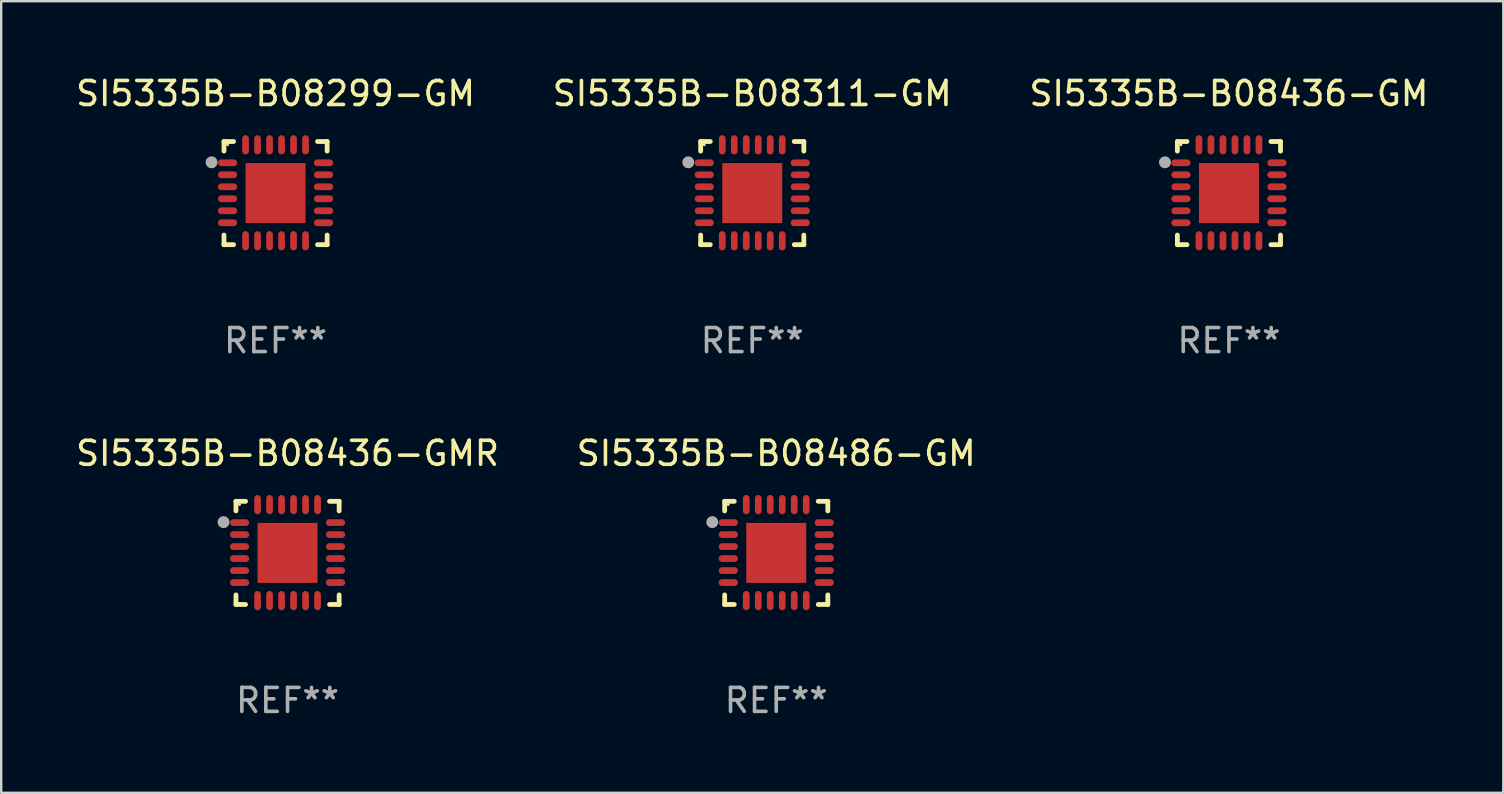
<source format=kicad_pcb>
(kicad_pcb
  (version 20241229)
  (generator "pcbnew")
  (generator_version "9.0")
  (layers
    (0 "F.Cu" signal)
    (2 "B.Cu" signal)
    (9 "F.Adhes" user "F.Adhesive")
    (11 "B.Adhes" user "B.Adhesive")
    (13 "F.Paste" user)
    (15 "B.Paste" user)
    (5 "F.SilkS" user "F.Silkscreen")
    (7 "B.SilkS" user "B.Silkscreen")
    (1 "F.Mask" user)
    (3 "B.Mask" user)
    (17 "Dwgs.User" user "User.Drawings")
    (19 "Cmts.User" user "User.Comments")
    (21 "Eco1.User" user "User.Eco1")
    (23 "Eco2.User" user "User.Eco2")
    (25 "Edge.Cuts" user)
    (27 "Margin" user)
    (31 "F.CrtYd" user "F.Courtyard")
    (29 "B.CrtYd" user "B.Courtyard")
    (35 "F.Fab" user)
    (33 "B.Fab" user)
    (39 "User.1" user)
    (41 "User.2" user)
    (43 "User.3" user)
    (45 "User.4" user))
  (footprint "SI5335B-B08486-GM"
    (layer "F.Cu")
    (at 29.304 19.995)
    (property "Reference" "SI5335B-B08486-GM" (at 0 -4.15 0) (layer "F.SilkS") (effects (font (size 1 1) (thickness 0.15))))
    (attr through_hole)
    (fp_line (start -2.15 -2.15) (end -1.75 -2.15) (stroke (width 0.2) (type solid)) (layer "F.SilkS"))
    (fp_line (start -2.15 -1.75) (end -2.15 -2.15) (stroke (width 0.2) (type solid)) (layer "F.SilkS"))
    (fp_line (start -2.15 2.15) (end -2.15 1.75) (stroke (width 0.2) (type solid)) (layer "F.SilkS"))
    (fp_line (start -1.75 2.15) (end -2.15 2.15) (stroke (width 0.2) (type solid)) (layer "F.SilkS"))
    (fp_line (start 1.75 -2.15) (end 2.15 -2.15) (stroke (width 0.2) (type solid)) (layer "F.SilkS"))
    (fp_line (start 1.75 2.15) (end 2.15 2.15) (stroke (width 0.2) (type solid)) (layer "F.SilkS"))
    (fp_line (start 2.15 -2.15) (end 2.15 -1.75) (stroke (width 0.2) (type solid)) (layer "F.SilkS"))
    (fp_line (start 2.15 2.15) (end 2.15 1.75) (stroke (width 0.2) (type solid)) (layer "F.SilkS"))
    (fp_circle (center -2 -2.013) (end -1.97 -2.013) (stroke (width 0.06) (type solid)) (fill no) (layer "F.SilkS"))
    (fp_circle (center -2.667 -1.283) (end -2.542 -1.283) (stroke (width 0.25) (type solid)) (fill no) (layer "F.Fab"))
    (fp_text user "REF**" (at 0 6.15 0) (layer "F.Fab") (effects (font (size 1 1) (thickness 0.15))))
    (pad "1" smd oval (at -2 -1.263) (size 0.8 0.28) (layers "F.Cu" "F.Mask" "F.Paste"))
    (pad "2" smd oval (at -2 -0.763) (size 0.8 0.28) (layers "F.Cu" "F.Mask" "F.Paste"))
    (pad "3" smd oval (at -2 -0.263) (size 0.8 0.28) (layers "F.Cu" "F.Mask" "F.Paste"))
    (pad "4" smd oval (at -2 0.237) (size 0.8 0.28) (layers "F.Cu" "F.Mask" "F.Paste"))
    (pad "5" smd oval (at -2 0.737) (size 0.8 0.28) (layers "F.Cu" "F.Mask" "F.Paste"))
    (pad "6" smd oval (at -2 1.237) (size 0.8 0.28) (layers "F.Cu" "F.Mask" "F.Paste"))
    (pad "7" smd oval (at -1.25 1.987) (size 0.28 0.8) (layers "F.Cu" "F.Mask" "F.Paste"))
    (pad "8" smd oval (at -0.75 1.987) (size 0.28 0.8) (layers "F.Cu" "F.Mask" "F.Paste"))
    (pad "9" smd oval (at -0.25 1.987) (size 0.28 0.8) (layers "F.Cu" "F.Mask" "F.Paste"))
    (pad "10" smd oval (at 0.25 1.987) (size 0.28 0.8) (layers "F.Cu" "F.Mask" "F.Paste"))
    (pad "11" smd oval (at 0.75 1.987) (size 0.28 0.8) (layers "F.Cu" "F.Mask" "F.Paste"))
    (pad "12" smd oval (at 1.25 1.987) (size 0.28 0.8) (layers "F.Cu" "F.Mask" "F.Paste"))
    (pad "13" smd oval (at 2 1.237) (size 0.8 0.28) (layers "F.Cu" "F.Mask" "F.Paste"))
    (pad "14" smd oval (at 2 0.737) (size 0.8 0.28) (layers "F.Cu" "F.Mask" "F.Paste"))
    (pad "15" smd oval (at 2 0.237) (size 0.8 0.28) (layers "F.Cu" "F.Mask" "F.Paste"))
    (pad "16" smd oval (at 2 -0.263) (size 0.8 0.28) (layers "F.Cu" "F.Mask" "F.Paste"))
    (pad "17" smd oval (at 2 -0.763) (size 0.8 0.28) (layers "F.Cu" "F.Mask" "F.Paste"))
    (pad "18" smd oval (at 2 -1.263) (size 0.8 0.28) (layers "F.Cu" "F.Mask" "F.Paste"))
    (pad "19" smd oval (at 1.25 -2.013) (size 0.28 0.8) (layers "F.Cu" "F.Mask" "F.Paste"))
    (pad "20" smd oval (at 0.75 -2.013) (size 0.28 0.8) (layers "F.Cu" "F.Mask" "F.Paste"))
    (pad "21" smd oval (at 0.25 -2.013) (size 0.28 0.8) (layers "F.Cu" "F.Mask" "F.Paste"))
    (pad "22" smd oval (at -0.25 -2.013) (size 0.28 0.8) (layers "F.Cu" "F.Mask" "F.Paste"))
    (pad "23" smd oval (at -0.75 -2.013) (size 0.28 0.8) (layers "F.Cu" "F.Mask" "F.Paste"))
    (pad "24" smd oval (at -1.25 -2.013) (size 0.28 0.8) (layers "F.Cu" "F.Mask" "F.Paste"))
    (pad "25" smd rect (at -0.000127 -0.00014) (size 2.5 2.5) (layers "F.Cu" "F.Mask" "F.Paste")))
  (footprint "SI5335B-B08436-GM"
    (layer "F.Cu")
    (at 48.173 4.998)
    (property "Reference" "SI5335B-B08436-GM" (at 0 -4.15 0) (layer "F.SilkS") (effects (font (size 1 1) (thickness 0.15))))
    (attr through_hole)
    (fp_line (start -2.15 -2.15) (end -1.75 -2.15) (stroke (width 0.2) (type solid)) (layer "F.SilkS"))
    (fp_line (start -2.15 -1.75) (end -2.15 -2.15) (stroke (width 0.2) (type solid)) (layer "F.SilkS"))
    (fp_line (start -2.15 2.15) (end -2.15 1.75) (stroke (width 0.2) (type solid)) (layer "F.SilkS"))
    (fp_line (start -1.75 2.15) (end -2.15 2.15) (stroke (width 0.2) (type solid)) (layer "F.SilkS"))
    (fp_line (start 1.75 -2.15) (end 2.15 -2.15) (stroke (width 0.2) (type solid)) (layer "F.SilkS"))
    (fp_line (start 1.75 2.15) (end 2.15 2.15) (stroke (width 0.2) (type solid)) (layer "F.SilkS"))
    (fp_line (start 2.15 -2.15) (end 2.15 -1.75) (stroke (width 0.2) (type solid)) (layer "F.SilkS"))
    (fp_line (start 2.15 2.15) (end 2.15 1.75) (stroke (width 0.2) (type solid)) (layer "F.SilkS"))
    (fp_circle (center -2 -2.013) (end -1.97 -2.013) (stroke (width 0.06) (type solid)) (fill no) (layer "F.SilkS"))
    (fp_circle (center -2.667 -1.283) (end -2.542 -1.283) (stroke (width 0.25) (type solid)) (fill no) (layer "F.Fab"))
    (fp_text user "REF**" (at 0 6.15 0) (layer "F.Fab") (effects (font (size 1 1) (thickness 0.15))))
    (pad "1" smd oval (at -2 -1.263) (size 0.8 0.28) (layers "F.Cu" "F.Mask" "F.Paste"))
    (pad "2" smd oval (at -2 -0.763) (size 0.8 0.28) (layers "F.Cu" "F.Mask" "F.Paste"))
    (pad "3" smd oval (at -2 -0.263) (size 0.8 0.28) (layers "F.Cu" "F.Mask" "F.Paste"))
    (pad "4" smd oval (at -2 0.237) (size 0.8 0.28) (layers "F.Cu" "F.Mask" "F.Paste"))
    (pad "5" smd oval (at -2 0.737) (size 0.8 0.28) (layers "F.Cu" "F.Mask" "F.Paste"))
    (pad "6" smd oval (at -2 1.237) (size 0.8 0.28) (layers "F.Cu" "F.Mask" "F.Paste"))
    (pad "7" smd oval (at -1.25 1.987) (size 0.28 0.8) (layers "F.Cu" "F.Mask" "F.Paste"))
    (pad "8" smd oval (at -0.75 1.987) (size 0.28 0.8) (layers "F.Cu" "F.Mask" "F.Paste"))
    (pad "9" smd oval (at -0.25 1.987) (size 0.28 0.8) (layers "F.Cu" "F.Mask" "F.Paste"))
    (pad "10" smd oval (at 0.25 1.987) (size 0.28 0.8) (layers "F.Cu" "F.Mask" "F.Paste"))
    (pad "11" smd oval (at 0.75 1.987) (size 0.28 0.8) (layers "F.Cu" "F.Mask" "F.Paste"))
    (pad "12" smd oval (at 1.25 1.987) (size 0.28 0.8) (layers "F.Cu" "F.Mask" "F.Paste"))
    (pad "13" smd oval (at 2 1.237) (size 0.8 0.28) (layers "F.Cu" "F.Mask" "F.Paste"))
    (pad "14" smd oval (at 2 0.737) (size 0.8 0.28) (layers "F.Cu" "F.Mask" "F.Paste"))
    (pad "15" smd oval (at 2 0.237) (size 0.8 0.28) (layers "F.Cu" "F.Mask" "F.Paste"))
    (pad "16" smd oval (at 2 -0.263) (size 0.8 0.28) (layers "F.Cu" "F.Mask" "F.Paste"))
    (pad "17" smd oval (at 2 -0.763) (size 0.8 0.28) (layers "F.Cu" "F.Mask" "F.Paste"))
    (pad "18" smd oval (at 2 -1.263) (size 0.8 0.28) (layers "F.Cu" "F.Mask" "F.Paste"))
    (pad "19" smd oval (at 1.25 -2.013) (size 0.28 0.8) (layers "F.Cu" "F.Mask" "F.Paste"))
    (pad "20" smd oval (at 0.75 -2.013) (size 0.28 0.8) (layers "F.Cu" "F.Mask" "F.Paste"))
    (pad "21" smd oval (at 0.25 -2.013) (size 0.28 0.8) (layers "F.Cu" "F.Mask" "F.Paste"))
    (pad "22" smd oval (at -0.25 -2.013) (size 0.28 0.8) (layers "F.Cu" "F.Mask" "F.Paste"))
    (pad "23" smd oval (at -0.75 -2.013) (size 0.28 0.8) (layers "F.Cu" "F.Mask" "F.Paste"))
    (pad "24" smd oval (at -1.25 -2.013) (size 0.28 0.8) (layers "F.Cu" "F.Mask" "F.Paste"))
    (pad "25" smd rect (at -0.000127 -0.00014) (size 2.5 2.5) (layers "F.Cu" "F.Mask" "F.Paste")))
  (footprint "SI5335B-B08299-GM"
    (layer "F.Cu")
    (at 8.435 4.998)
    (property "Reference" "SI5335B-B08299-GM" (at 0 -4.15 0) (layer "F.SilkS") (effects (font (size 1 1) (thickness 0.15))))
    (attr through_hole)
    (fp_line (start -2.15 -2.15) (end -1.75 -2.15) (stroke (width 0.2) (type solid)) (layer "F.SilkS"))
    (fp_line (start -2.15 -1.75) (end -2.15 -2.15) (stroke (width 0.2) (type solid)) (layer "F.SilkS"))
    (fp_line (start -2.15 2.15) (end -2.15 1.75) (stroke (width 0.2) (type solid)) (layer "F.SilkS"))
    (fp_line (start -1.75 2.15) (end -2.15 2.15) (stroke (width 0.2) (type solid)) (layer "F.SilkS"))
    (fp_line (start 1.75 -2.15) (end 2.15 -2.15) (stroke (width 0.2) (type solid)) (layer "F.SilkS"))
    (fp_line (start 1.75 2.15) (end 2.15 2.15) (stroke (width 0.2) (type solid)) (layer "F.SilkS"))
    (fp_line (start 2.15 -2.15) (end 2.15 -1.75) (stroke (width 0.2) (type solid)) (layer "F.SilkS"))
    (fp_line (start 2.15 2.15) (end 2.15 1.75) (stroke (width 0.2) (type solid)) (layer "F.SilkS"))
    (fp_circle (center -2 -2.013) (end -1.97 -2.013) (stroke (width 0.06) (type solid)) (fill no) (layer "F.SilkS"))
    (fp_circle (center -2.667 -1.283) (end -2.542 -1.283) (stroke (width 0.25) (type solid)) (fill no) (layer "F.Fab"))
    (fp_text user "REF**" (at 0 6.15 0) (layer "F.Fab") (effects (font (size 1 1) (thickness 0.15))))
    (pad "1" smd oval (at -2 -1.263) (size 0.8 0.28) (layers "F.Cu" "F.Mask" "F.Paste"))
    (pad "2" smd oval (at -2 -0.763) (size 0.8 0.28) (layers "F.Cu" "F.Mask" "F.Paste"))
    (pad "3" smd oval (at -2 -0.263) (size 0.8 0.28) (layers "F.Cu" "F.Mask" "F.Paste"))
    (pad "4" smd oval (at -2 0.237) (size 0.8 0.28) (layers "F.Cu" "F.Mask" "F.Paste"))
    (pad "5" smd oval (at -2 0.737) (size 0.8 0.28) (layers "F.Cu" "F.Mask" "F.Paste"))
    (pad "6" smd oval (at -2 1.237) (size 0.8 0.28) (layers "F.Cu" "F.Mask" "F.Paste"))
    (pad "7" smd oval (at -1.25 1.987) (size 0.28 0.8) (layers "F.Cu" "F.Mask" "F.Paste"))
    (pad "8" smd oval (at -0.75 1.987) (size 0.28 0.8) (layers "F.Cu" "F.Mask" "F.Paste"))
    (pad "9" smd oval (at -0.25 1.987) (size 0.28 0.8) (layers "F.Cu" "F.Mask" "F.Paste"))
    (pad "10" smd oval (at 0.25 1.987) (size 0.28 0.8) (layers "F.Cu" "F.Mask" "F.Paste"))
    (pad "11" smd oval (at 0.75 1.987) (size 0.28 0.8) (layers "F.Cu" "F.Mask" "F.Paste"))
    (pad "12" smd oval (at 1.25 1.987) (size 0.28 0.8) (layers "F.Cu" "F.Mask" "F.Paste"))
    (pad "13" smd oval (at 2 1.237) (size 0.8 0.28) (layers "F.Cu" "F.Mask" "F.Paste"))
    (pad "14" smd oval (at 2 0.737) (size 0.8 0.28) (layers "F.Cu" "F.Mask" "F.Paste"))
    (pad "15" smd oval (at 2 0.237) (size 0.8 0.28) (layers "F.Cu" "F.Mask" "F.Paste"))
    (pad "16" smd oval (at 2 -0.263) (size 0.8 0.28) (layers "F.Cu" "F.Mask" "F.Paste"))
    (pad "17" smd oval (at 2 -0.763) (size 0.8 0.28) (layers "F.Cu" "F.Mask" "F.Paste"))
    (pad "18" smd oval (at 2 -1.263) (size 0.8 0.28) (layers "F.Cu" "F.Mask" "F.Paste"))
    (pad "19" smd oval (at 1.25 -2.013) (size 0.28 0.8) (layers "F.Cu" "F.Mask" "F.Paste"))
    (pad "20" smd oval (at 0.75 -2.013) (size 0.28 0.8) (layers "F.Cu" "F.Mask" "F.Paste"))
    (pad "21" smd oval (at 0.25 -2.013) (size 0.28 0.8) (layers "F.Cu" "F.Mask" "F.Paste"))
    (pad "22" smd oval (at -0.25 -2.013) (size 0.28 0.8) (layers "F.Cu" "F.Mask" "F.Paste"))
    (pad "23" smd oval (at -0.75 -2.013) (size 0.28 0.8) (layers "F.Cu" "F.Mask" "F.Paste"))
    (pad "24" smd oval (at -1.25 -2.013) (size 0.28 0.8) (layers "F.Cu" "F.Mask" "F.Paste"))
    (pad "25" smd rect (at -0.000127 -0.00014) (size 2.5 2.5) (layers "F.Cu" "F.Mask" "F.Paste")))
  (footprint "SI5335B-B08311-GM"
    (layer "F.Cu")
    (at 28.304 4.998)
    (property "Reference" "SI5335B-B08311-GM" (at 0 -4.15 0) (layer "F.SilkS") (effects (font (size 1 1) (thickness 0.15))))
    (attr through_hole)
    (fp_line (start -2.15 -2.15) (end -1.75 -2.15) (stroke (width 0.2) (type solid)) (layer "F.SilkS"))
    (fp_line (start -2.15 -1.75) (end -2.15 -2.15) (stroke (width 0.2) (type solid)) (layer "F.SilkS"))
    (fp_line (start -2.15 2.15) (end -2.15 1.75) (stroke (width 0.2) (type solid)) (layer "F.SilkS"))
    (fp_line (start -1.75 2.15) (end -2.15 2.15) (stroke (width 0.2) (type solid)) (layer "F.SilkS"))
    (fp_line (start 1.75 -2.15) (end 2.15 -2.15) (stroke (width 0.2) (type solid)) (layer "F.SilkS"))
    (fp_line (start 1.75 2.15) (end 2.15 2.15) (stroke (width 0.2) (type solid)) (layer "F.SilkS"))
    (fp_line (start 2.15 -2.15) (end 2.15 -1.75) (stroke (width 0.2) (type solid)) (layer "F.SilkS"))
    (fp_line (start 2.15 2.15) (end 2.15 1.75) (stroke (width 0.2) (type solid)) (layer "F.SilkS"))
    (fp_circle (center -2 -2.013) (end -1.97 -2.013) (stroke (width 0.06) (type solid)) (fill no) (layer "F.SilkS"))
    (fp_circle (center -2.667 -1.283) (end -2.542 -1.283) (stroke (width 0.25) (type solid)) (fill no) (layer "F.Fab"))
    (fp_text user "REF**" (at 0 6.15 0) (layer "F.Fab") (effects (font (size 1 1) (thickness 0.15))))
    (pad "1" smd oval (at -2 -1.263) (size 0.8 0.28) (layers "F.Cu" "F.Mask" "F.Paste"))
    (pad "2" smd oval (at -2 -0.763) (size 0.8 0.28) (layers "F.Cu" "F.Mask" "F.Paste"))
    (pad "3" smd oval (at -2 -0.263) (size 0.8 0.28) (layers "F.Cu" "F.Mask" "F.Paste"))
    (pad "4" smd oval (at -2 0.237) (size 0.8 0.28) (layers "F.Cu" "F.Mask" "F.Paste"))
    (pad "5" smd oval (at -2 0.737) (size 0.8 0.28) (layers "F.Cu" "F.Mask" "F.Paste"))
    (pad "6" smd oval (at -2 1.237) (size 0.8 0.28) (layers "F.Cu" "F.Mask" "F.Paste"))
    (pad "7" smd oval (at -1.25 1.987) (size 0.28 0.8) (layers "F.Cu" "F.Mask" "F.Paste"))
    (pad "8" smd oval (at -0.75 1.987) (size 0.28 0.8) (layers "F.Cu" "F.Mask" "F.Paste"))
    (pad "9" smd oval (at -0.25 1.987) (size 0.28 0.8) (layers "F.Cu" "F.Mask" "F.Paste"))
    (pad "10" smd oval (at 0.25 1.987) (size 0.28 0.8) (layers "F.Cu" "F.Mask" "F.Paste"))
    (pad "11" smd oval (at 0.75 1.987) (size 0.28 0.8) (layers "F.Cu" "F.Mask" "F.Paste"))
    (pad "12" smd oval (at 1.25 1.987) (size 0.28 0.8) (layers "F.Cu" "F.Mask" "F.Paste"))
    (pad "13" smd oval (at 2 1.237) (size 0.8 0.28) (layers "F.Cu" "F.Mask" "F.Paste"))
    (pad "14" smd oval (at 2 0.737) (size 0.8 0.28) (layers "F.Cu" "F.Mask" "F.Paste"))
    (pad "15" smd oval (at 2 0.237) (size 0.8 0.28) (layers "F.Cu" "F.Mask" "F.Paste"))
    (pad "16" smd oval (at 2 -0.263) (size 0.8 0.28) (layers "F.Cu" "F.Mask" "F.Paste"))
    (pad "17" smd oval (at 2 -0.763) (size 0.8 0.28) (layers "F.Cu" "F.Mask" "F.Paste"))
    (pad "18" smd oval (at 2 -1.263) (size 0.8 0.28) (layers "F.Cu" "F.Mask" "F.Paste"))
    (pad "19" smd oval (at 1.25 -2.013) (size 0.28 0.8) (layers "F.Cu" "F.Mask" "F.Paste"))
    (pad "20" smd oval (at 0.75 -2.013) (size 0.28 0.8) (layers "F.Cu" "F.Mask" "F.Paste"))
    (pad "21" smd oval (at 0.25 -2.013) (size 0.28 0.8) (layers "F.Cu" "F.Mask" "F.Paste"))
    (pad "22" smd oval (at -0.25 -2.013) (size 0.28 0.8) (layers "F.Cu" "F.Mask" "F.Paste"))
    (pad "23" smd oval (at -0.75 -2.013) (size 0.28 0.8) (layers "F.Cu" "F.Mask" "F.Paste"))
    (pad "24" smd oval (at -1.25 -2.013) (size 0.28 0.8) (layers "F.Cu" "F.Mask" "F.Paste"))
    (pad "25" smd rect (at -0.000127 -0.00014) (size 2.5 2.5) (layers "F.Cu" "F.Mask" "F.Paste")))
  (footprint "SI5335B-B08436-GMR"
    (layer "F.Cu")
    (at 8.935 19.995)
    (property "Reference" "SI5335B-B08436-GMR" (at 0 -4.15 0) (layer "F.SilkS") (effects (font (size 1 1) (thickness 0.15))))
    (attr through_hole)
    (fp_line (start -2.15 -2.15) (end -1.75 -2.15) (stroke (width 0.2) (type solid)) (layer "F.SilkS"))
    (fp_line (start -2.15 -1.75) (end -2.15 -2.15) (stroke (width 0.2) (type solid)) (layer "F.SilkS"))
    (fp_line (start -2.15 2.15) (end -2.15 1.75) (stroke (width 0.2) (type solid)) (layer "F.SilkS"))
    (fp_line (start -1.75 2.15) (end -2.15 2.15) (stroke (width 0.2) (type solid)) (layer "F.SilkS"))
    (fp_line (start 1.75 -2.15) (end 2.15 -2.15) (stroke (width 0.2) (type solid)) (layer "F.SilkS"))
    (fp_line (start 1.75 2.15) (end 2.15 2.15) (stroke (width 0.2) (type solid)) (layer "F.SilkS"))
    (fp_line (start 2.15 -2.15) (end 2.15 -1.75) (stroke (width 0.2) (type solid)) (layer "F.SilkS"))
    (fp_line (start 2.15 2.15) (end 2.15 1.75) (stroke (width 0.2) (type solid)) (layer "F.SilkS"))
    (fp_circle (center -2 -2.013) (end -1.97 -2.013) (stroke (width 0.06) (type solid)) (fill no) (layer "F.SilkS"))
    (fp_circle (center -2.667 -1.283) (end -2.542 -1.283) (stroke (width 0.25) (type solid)) (fill no) (layer "F.Fab"))
    (fp_text user "REF**" (at 0 6.15 0) (layer "F.Fab") (effects (font (size 1 1) (thickness 0.15))))
    (pad "1" smd oval (at -2 -1.263) (size 0.8 0.28) (layers "F.Cu" "F.Mask" "F.Paste"))
    (pad "2" smd oval (at -2 -0.763) (size 0.8 0.28) (layers "F.Cu" "F.Mask" "F.Paste"))
    (pad "3" smd oval (at -2 -0.263) (size 0.8 0.28) (layers "F.Cu" "F.Mask" "F.Paste"))
    (pad "4" smd oval (at -2 0.237) (size 0.8 0.28) (layers "F.Cu" "F.Mask" "F.Paste"))
    (pad "5" smd oval (at -2 0.737) (size 0.8 0.28) (layers "F.Cu" "F.Mask" "F.Paste"))
    (pad "6" smd oval (at -2 1.237) (size 0.8 0.28) (layers "F.Cu" "F.Mask" "F.Paste"))
    (pad "7" smd oval (at -1.25 1.987) (size 0.28 0.8) (layers "F.Cu" "F.Mask" "F.Paste"))
    (pad "8" smd oval (at -0.75 1.987) (size 0.28 0.8) (layers "F.Cu" "F.Mask" "F.Paste"))
    (pad "9" smd oval (at -0.25 1.987) (size 0.28 0.8) (layers "F.Cu" "F.Mask" "F.Paste"))
    (pad "10" smd oval (at 0.25 1.987) (size 0.28 0.8) (layers "F.Cu" "F.Mask" "F.Paste"))
    (pad "11" smd oval (at 0.75 1.987) (size 0.28 0.8) (layers "F.Cu" "F.Mask" "F.Paste"))
    (pad "12" smd oval (at 1.25 1.987) (size 0.28 0.8) (layers "F.Cu" "F.Mask" "F.Paste"))
    (pad "13" smd oval (at 2 1.237) (size 0.8 0.28) (layers "F.Cu" "F.Mask" "F.Paste"))
    (pad "14" smd oval (at 2 0.737) (size 0.8 0.28) (layers "F.Cu" "F.Mask" "F.Paste"))
    (pad "15" smd oval (at 2 0.237) (size 0.8 0.28) (layers "F.Cu" "F.Mask" "F.Paste"))
    (pad "16" smd oval (at 2 -0.263) (size 0.8 0.28) (layers "F.Cu" "F.Mask" "F.Paste"))
    (pad "17" smd oval (at 2 -0.763) (size 0.8 0.28) (layers "F.Cu" "F.Mask" "F.Paste"))
    (pad "18" smd oval (at 2 -1.263) (size 0.8 0.28) (layers "F.Cu" "F.Mask" "F.Paste"))
    (pad "19" smd oval (at 1.25 -2.013) (size 0.28 0.8) (layers "F.Cu" "F.Mask" "F.Paste"))
    (pad "20" smd oval (at 0.75 -2.013) (size 0.28 0.8) (layers "F.Cu" "F.Mask" "F.Paste"))
    (pad "21" smd oval (at 0.25 -2.013) (size 0.28 0.8) (layers "F.Cu" "F.Mask" "F.Paste"))
    (pad "22" smd oval (at -0.25 -2.013) (size 0.28 0.8) (layers "F.Cu" "F.Mask" "F.Paste"))
    (pad "23" smd oval (at -0.75 -2.013) (size 0.28 0.8) (layers "F.Cu" "F.Mask" "F.Paste"))
    (pad "24" smd oval (at -1.25 -2.013) (size 0.28 0.8) (layers "F.Cu" "F.Mask" "F.Paste"))
    (pad "25" smd rect (at -0.000127 -0.00014) (size 2.5 2.5) (layers "F.Cu" "F.Mask" "F.Paste")))
  (gr_rect
    (start -3 -3)
    (end 59.607 29.993)
    (stroke (width 0.1) (type default))
    (fill no)
    (layer "Edge.Cuts")))
</source>
